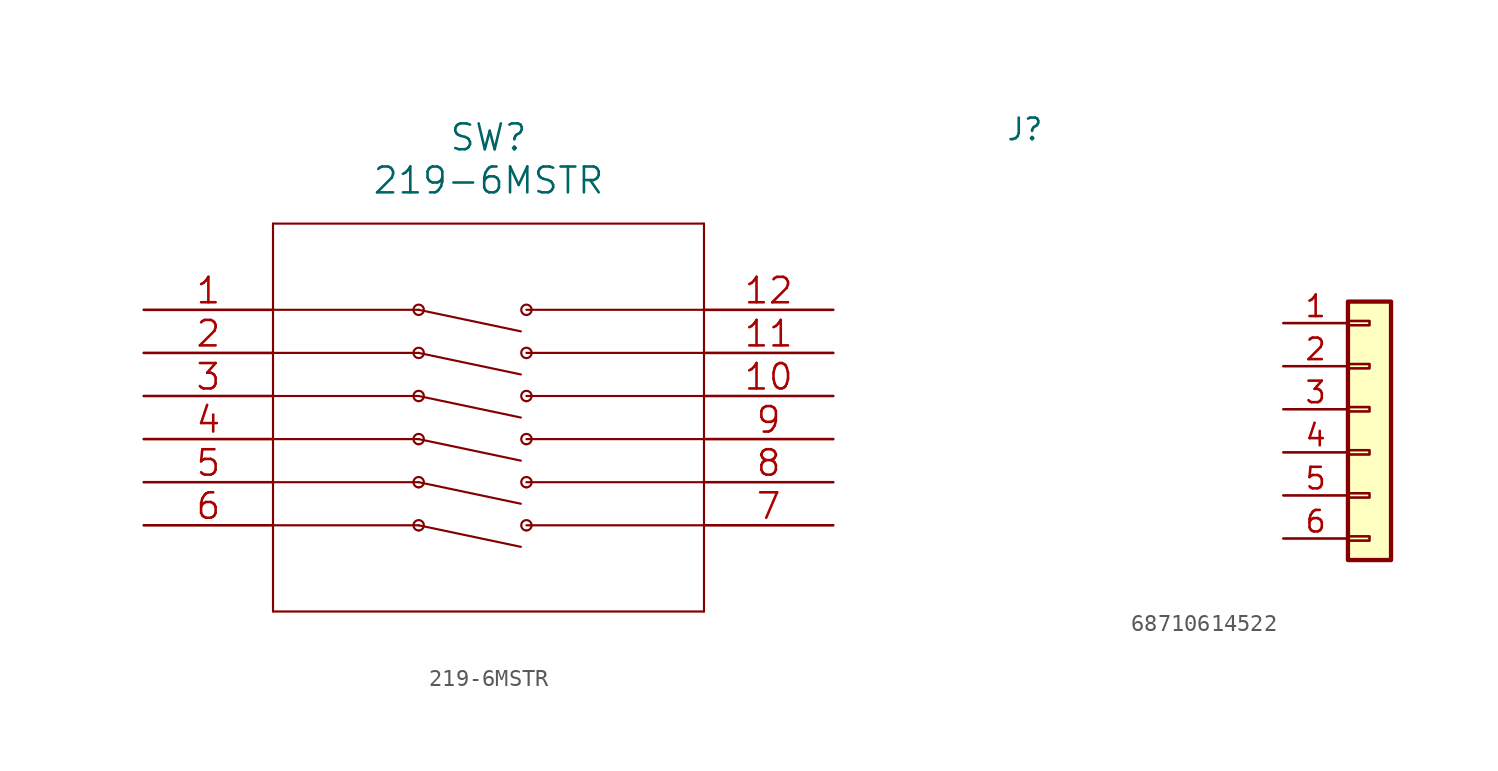
<source format=kicad_sym>
(kicad_symbol_lib
  (version 20211014)
  (generator kicad_symbol_editor)
  (symbol "219-6MSTR"
    (pin_names
      (offset 0.254) hide)
    (property "Reference" "SW"
      (at 20.32 10.16 0)
      (effects (font (size 1.524 1.524))))
    (property "Value" "219-6MSTR"
      (at 20.32 7.62 0)
      (effects (font (size 1.524 1.524))))
    (symbol "219-6MSTR_1_1"
      (polyline (pts (xy 7.62 -17.78) (xy 33.02 -17.78)) (stroke (width 0.127) (type default) (color 0 0 0 0)) (fill (type none)))
      (polyline (pts (xy 7.62 -12.7) (xy 16.205 -12.7)) (stroke (width 0.127) (type default) (color 0 0 0 0)) (fill (type none)))
      (polyline (pts (xy 7.62 -10.16) (xy 16.205 -10.16)) (stroke (width 0.127) (type default) (color 0 0 0 0)) (fill (type none)))
      (polyline (pts (xy 7.62 -7.62) (xy 16.205 -7.62)) (stroke (width 0.127) (type default) (color 0 0 0 0)) (fill (type none)))
      (polyline (pts (xy 7.62 -5.08) (xy 16.205 -5.08)) (stroke (width 0.127) (type default) (color 0 0 0 0)) (fill (type none)))
      (polyline (pts (xy 7.62 -2.54) (xy 16.205 -2.54)) (stroke (width 0.127) (type default) (color 0 0 0 0)) (fill (type none)))
      (polyline (pts (xy 7.62 0) (xy 16.205 0)) (stroke (width 0.127) (type default) (color 0 0 0 0)) (fill (type none)))
      (polyline (pts (xy 7.62 5.08) (xy 7.62 -17.78)) (stroke (width 0.127) (type default) (color 0 0 0 0)) (fill (type none)))
      (polyline (pts (xy 16.205 -12.7) (xy 22.225 -13.97)) (stroke (width 0.127) (type default) (color 0 0 0 0)) (fill (type none)))
      (polyline (pts (xy 16.205 -10.16) (xy 22.225 -11.43)) (stroke (width 0.127) (type default) (color 0 0 0 0)) (fill (type none)))
      (polyline (pts (xy 16.205 -7.62) (xy 22.225 -8.89)) (stroke (width 0.127) (type default) (color 0 0 0 0)) (fill (type none)))
      (polyline (pts (xy 16.205 -5.08) (xy 22.225 -6.35)) (stroke (width 0.127) (type default) (color 0 0 0 0)) (fill (type none)))
      (polyline (pts (xy 16.205 -2.54) (xy 22.225 -3.81)) (stroke (width 0.127) (type default) (color 0 0 0 0)) (fill (type none)))
      (polyline (pts (xy 16.205 0) (xy 22.225 -1.27)) (stroke (width 0.127) (type default) (color 0 0 0 0)) (fill (type none)))
      (polyline (pts (xy 22.555 -12.7) (xy 33.02 -12.7)) (stroke (width 0.127) (type default) (color 0 0 0 0)) (fill (type none)))
      (polyline (pts (xy 22.555 -10.16) (xy 33.02 -10.16)) (stroke (width 0.127) (type default) (color 0 0 0 0)) (fill (type none)))
      (polyline (pts (xy 22.555 -7.62) (xy 33.02 -7.62)) (stroke (width 0.127) (type default) (color 0 0 0 0)) (fill (type none)))
      (polyline (pts (xy 22.555 -5.08) (xy 33.02 -5.08)) (stroke (width 0.127) (type default) (color 0 0 0 0)) (fill (type none)))
      (polyline (pts (xy 22.555 -2.54) (xy 33.02 -2.54)) (stroke (width 0.127) (type default) (color 0 0 0 0)) (fill (type none)))
      (polyline (pts (xy 22.555 0) (xy 33.02 0)) (stroke (width 0.127) (type default) (color 0 0 0 0)) (fill (type none)))
      (polyline (pts (xy 33.02 -17.78) (xy 33.02 5.08)) (stroke (width 0.127) (type default) (color 0 0 0 0)) (fill (type none)))
      (polyline (pts (xy 33.02 5.08) (xy 7.62 5.08)) (stroke (width 0.127) (type default) (color 0 0 0 0)) (fill (type none)))
      (arc (start 16.2052 -13.0048) (mid 16.2052 -12.3952) (end 16.2052 -13.0048) (stroke (width 0.127) (type default) (color 0 0 0 0)) (fill (type none)))
      (circle (center 16.205 -12.7) (radius 0.305) (stroke (width 0.127) (type default) (color 0 0 0 0)) (fill (type none)))
      (arc (start 16.2052 -10.4648) (mid 16.2052 -9.8552) (end 16.2052 -10.4648) (stroke (width 0.127) (type default) (color 0 0 0 0)) (fill (type none)))
      (circle (center 16.205 -10.16) (radius 0.305) (stroke (width 0.127) (type default) (color 0 0 0 0)) (fill (type none)))
      (arc (start 16.2052 -7.9248) (mid 16.2052 -7.3152) (end 16.2052 -7.9248) (stroke (width 0.127) (type default) (color 0 0 0 0)) (fill (type none)))
      (circle (center 16.205 -7.62) (radius 0.305) (stroke (width 0.127) (type default) (color 0 0 0 0)) (fill (type none)))
      (arc (start 16.2052 -5.3848) (mid 16.2052 -4.7752) (end 16.2052 -5.3848) (stroke (width 0.127) (type default) (color 0 0 0 0)) (fill (type none)))
      (circle (center 16.205 -5.08) (radius 0.305) (stroke (width 0.127) (type default) (color 0 0 0 0)) (fill (type none)))
      (arc (start 16.2052 -2.8448) (mid 16.2052 -2.2352) (end 16.2052 -2.8448) (stroke (width 0.127) (type default) (color 0 0 0 0)) (fill (type none)))
      (circle (center 16.205 -2.54) (radius 0.305) (stroke (width 0.127) (type default) (color 0 0 0 0)) (fill (type none)))
      (arc (start 16.2052 -0.3048) (mid 16.2052 0.3048) (end 16.2052 -0.3048) (stroke (width 0.127) (type default) (color 0 0 0 0)) (fill (type none)))
      (circle (center 16.205 0) (radius 0.305) (stroke (width 0.127) (type default) (color 0 0 0 0)) (fill (type none)))
      (arc (start 22.5552 -13.0048) (mid 22.5552 -12.3952) (end 22.5552 -13.0048) (stroke (width 0.127) (type default) (color 0 0 0 0)) (fill (type none)))
      (circle (center 22.555 -12.7) (radius 0.305) (stroke (width 0.127) (type default) (color 0 0 0 0)) (fill (type none)))
      (arc (start 22.5552 -10.4648) (mid 22.5552 -9.8552) (end 22.5552 -10.4648) (stroke (width 0.127) (type default) (color 0 0 0 0)) (fill (type none)))
      (circle (center 22.555 -10.16) (radius 0.305) (stroke (width 0.127) (type default) (color 0 0 0 0)) (fill (type none)))
      (arc (start 22.5552 -7.9248) (mid 22.5552 -7.3152) (end 22.5552 -7.9248) (stroke (width 0.127) (type default) (color 0 0 0 0)) (fill (type none)))
      (circle (center 22.555 -7.62) (radius 0.305) (stroke (width 0.127) (type default) (color 0 0 0 0)) (fill (type none)))
      (arc (start 22.5552 -5.3848) (mid 22.5552 -4.7752) (end 22.5552 -5.3848) (stroke (width 0.127) (type default) (color 0 0 0 0)) (fill (type none)))
      (circle (center 22.555 -5.08) (radius 0.305) (stroke (width 0.127) (type default) (color 0 0 0 0)) (fill (type none)))
      (arc (start 22.5552 -2.8448) (mid 22.5552 -2.2352) (end 22.5552 -2.8448) (stroke (width 0.127) (type default) (color 0 0 0 0)) (fill (type none)))
      (circle (center 22.555 -2.54) (radius 0.305) (stroke (width 0.127) (type default) (color 0 0 0 0)) (fill (type none)))
      (arc (start 22.5552 -0.3048) (mid 22.5552 0.3048) (end 22.5552 -0.3048) (stroke (width 0.127) (type default) (color 0 0 0 0)) (fill (type none)))
      (circle (center 22.555 0) (radius 0.305) (stroke (width 0.127) (type default) (color 0 0 0 0)) (fill (type none)))
      (pin unspecified line (at 0 0 0) (length 7.62) (name "1" (effects (font (size 1.499 1.499)))) (number "1" (effects (font (size 1.499 1.499)))))
      (pin unspecified line (at 40.64 -5.08 180) (length 7.62) (name "10" (effects (font (size 1.499 1.499)))) (number "10" (effects (font (size 1.499 1.499)))))
      (pin unspecified line (at 40.64 -2.54 180) (length 7.62) (name "11" (effects (font (size 1.499 1.499)))) (number "11" (effects (font (size 1.499 1.499)))))
      (pin unspecified line (at 40.64 0 180) (length 7.62) (name "12" (effects (font (size 1.499 1.499)))) (number "12" (effects (font (size 1.499 1.499)))))
      (pin unspecified line (at 0 -2.54 0) (length 7.62) (name "2" (effects (font (size 1.499 1.499)))) (number "2" (effects (font (size 1.499 1.499)))))
      (pin unspecified line (at 0 -5.08 0) (length 7.62) (name "3" (effects (font (size 1.499 1.499)))) (number "3" (effects (font (size 1.499 1.499)))))
      (pin unspecified line (at 0 -7.62 0) (length 7.62) (name "4" (effects (font (size 1.499 1.499)))) (number "4" (effects (font (size 1.499 1.499)))))
      (pin unspecified line (at 0 -10.16 0) (length 7.62) (name "5" (effects (font (size 1.499 1.499)))) (number "5" (effects (font (size 1.499 1.499)))))
      (pin unspecified line (at 0 -12.7 0) (length 7.62) (name "6" (effects (font (size 1.499 1.499)))) (number "6" (effects (font (size 1.499 1.499)))))
      (pin unspecified line (at 40.64 -12.7 180) (length 7.62) (name "7" (effects (font (size 1.499 1.499)))) (number "7" (effects (font (size 1.499 1.499)))))
      (pin unspecified line (at 40.64 -10.16 180) (length 7.62) (name "8" (effects (font (size 1.499 1.499)))) (number "8" (effects (font (size 1.499 1.499)))))
      (pin unspecified line (at 40.64 -7.62 180) (length 7.62) (name "9" (effects (font (size 1.499 1.499)))) (number "9" (effects (font (size 1.499 1.499)))))))
  (symbol "68710614522"
    (pin_names
      (offset 1.016) hide)
    (property "Reference" "J"
      (at -19.05 17.78 0)
      (effects (font (size 1.27 1.27))))
    (symbol "68710614522_1_1"
      (rectangle (start 0 -6.223) (end 1.27 -6.477) (stroke (width 0.152) (type default) (color 0 0 0 0)) (fill (type none)))
      (rectangle (start 0 -3.683) (end 1.27 -3.937) (stroke (width 0.152) (type default) (color 0 0 0 0)) (fill (type none)))
      (rectangle (start 0 -1.143) (end 1.27 -1.397) (stroke (width 0.152) (type default) (color 0 0 0 0)) (fill (type none)))
      (rectangle (start 0 1.397) (end 1.27 1.143) (stroke (width 0.152) (type default) (color 0 0 0 0)) (fill (type none)))
      (rectangle (start 0 3.937) (end 1.27 3.683) (stroke (width 0.152) (type default) (color 0 0 0 0)) (fill (type none)))
      (rectangle (start 0 6.477) (end 1.27 6.223) (stroke (width 0.152) (type default) (color 0 0 0 0)) (fill (type none)))
      (rectangle (start 0 7.62) (end 2.54 -7.62) (stroke (width 0.254) (type default) (color 0 0 0 0)) (fill (type background)))
      (pin passive line (at -3.81 6.35 0) (length 3.81) (name "Pin_1" (effects (font (size 1.27 1.27)))) (number "1" (effects (font (size 1.27 1.27)))))
      (pin passive line (at -3.81 3.81 0) (length 3.81) (name "Pin_2" (effects (font (size 1.27 1.27)))) (number "2" (effects (font (size 1.27 1.27)))))
      (pin passive line (at -3.81 1.27 0) (length 3.81) (name "Pin_3" (effects (font (size 1.27 1.27)))) (number "3" (effects (font (size 1.27 1.27)))))
      (pin passive line (at -3.81 -1.27 0) (length 3.81) (name "Pin_4" (effects (font (size 1.27 1.27)))) (number "4" (effects (font (size 1.27 1.27)))))
      (pin passive line (at -3.81 -3.81 0) (length 3.81) (name "Pin_5" (effects (font (size 1.27 1.27)))) (number "5" (effects (font (size 1.27 1.27)))))
      (pin passive line (at -3.81 -6.35 0) (length 3.81) (name "Pin_6" (effects (font (size 1.27 1.27)))) (number "6" (effects (font (size 1.27 1.27))))))))
</source>
